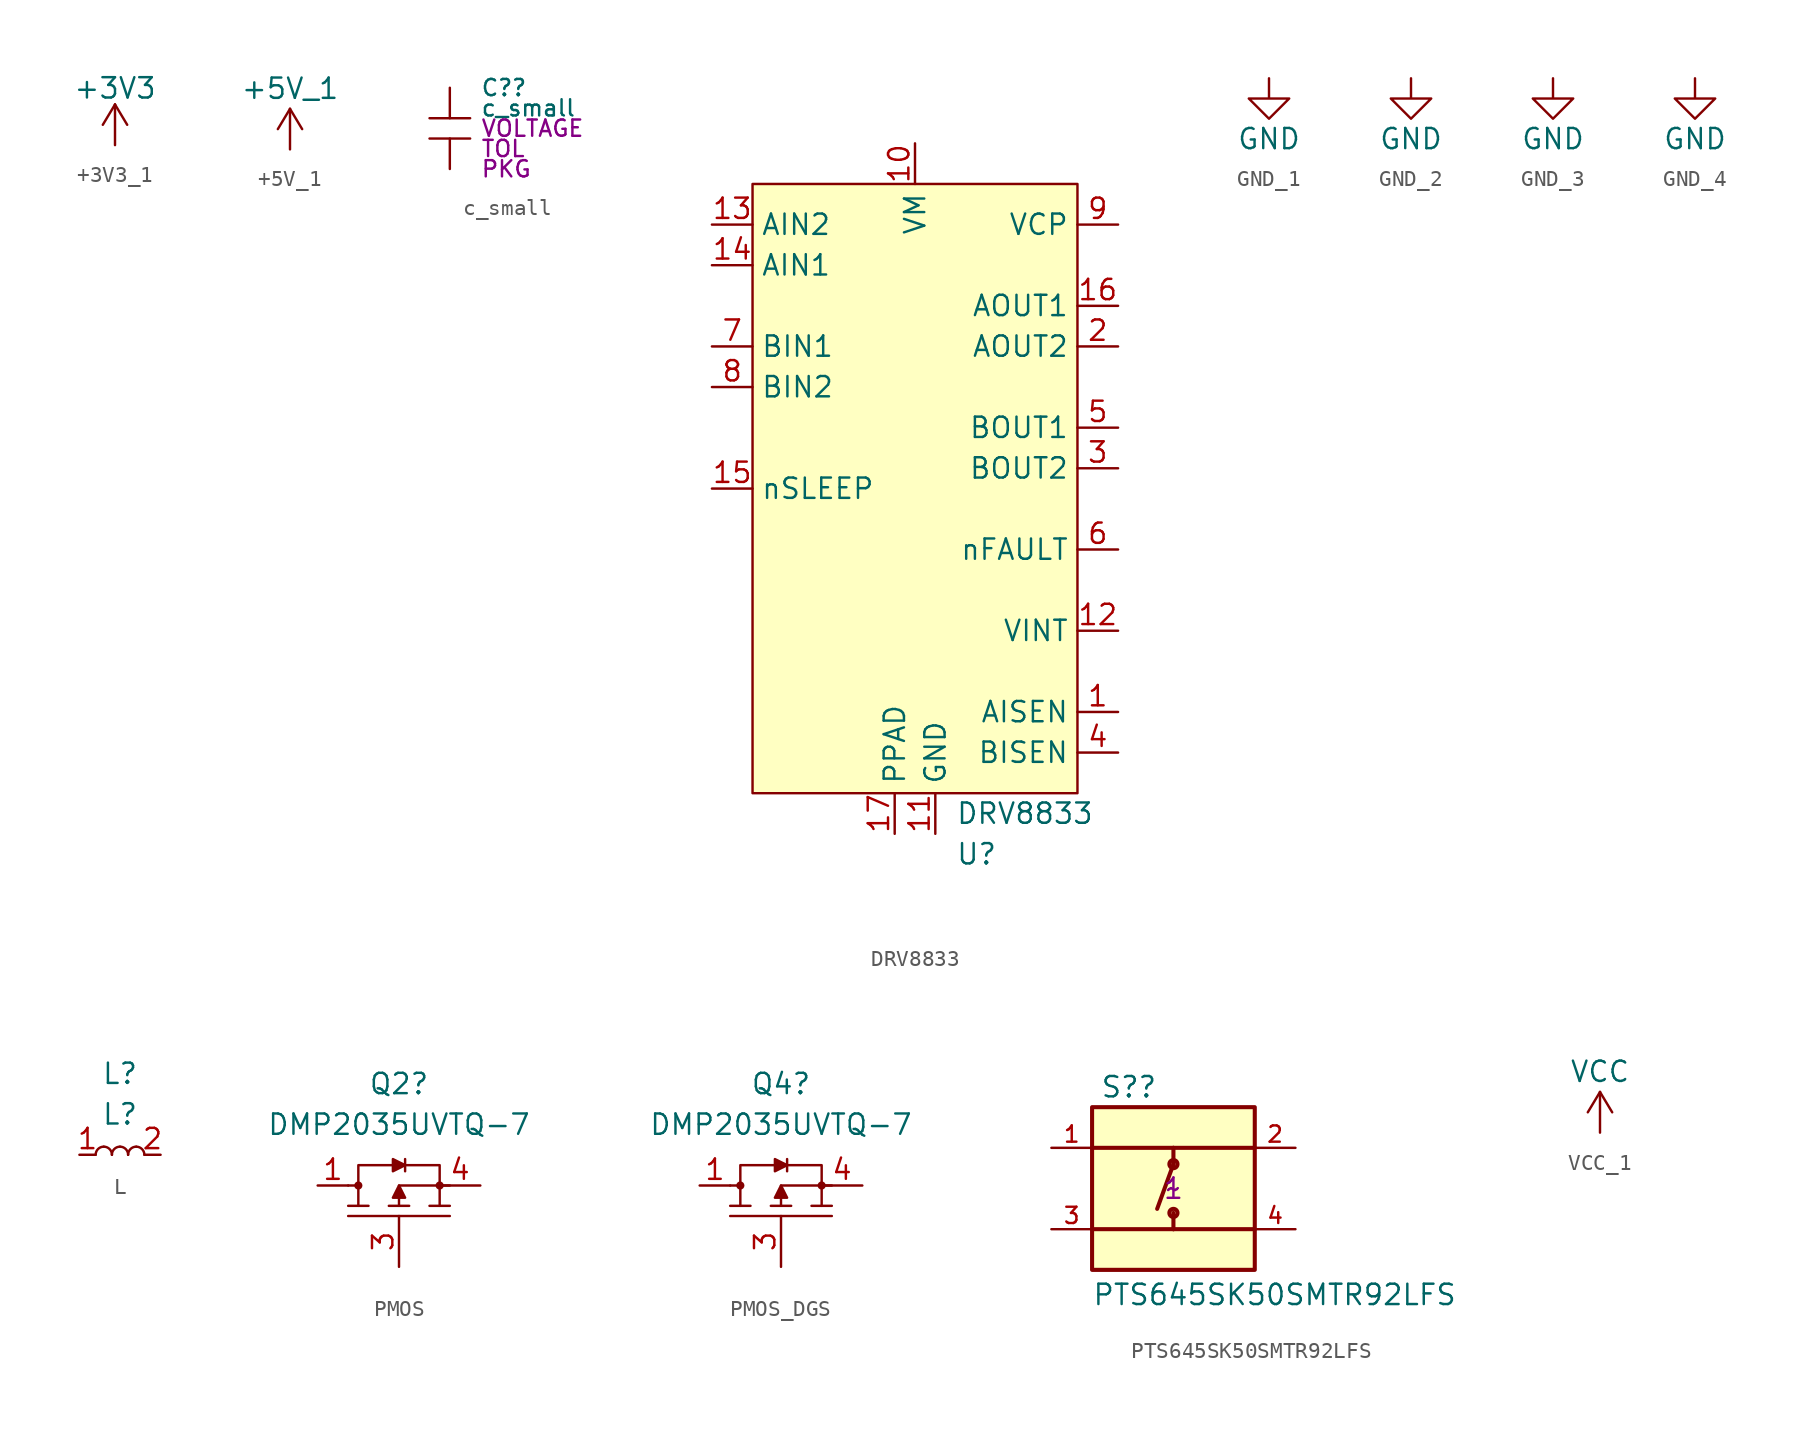
<source format=kicad_sym>
(kicad_symbol_lib
  (version 20220914)
  (generator kicad_symbol_editor)
  (symbol "+3V3_1"
    (power)
    (pin_names
      (offset 0))
    (property "Reference" "#PWR"
      (at 0 -3.81 0)
      (effects (font (size 1.27 1.27)) hide))
    (property "Value" "+3V3"
      (at 0 3.556 0)
      (effects (font (size 1.27 1.27))))
    (symbol "+3V3_1_0_1"
      (polyline (pts (xy -0.762 1.27) (xy 0 2.54)) (stroke (width 0) (type default)) (fill (type none)))
      (polyline (pts (xy 0 0) (xy 0 2.54)) (stroke (width 0) (type default)) (fill (type none)))
      (polyline (pts (xy 0 2.54) (xy 0.762 1.27)) (stroke (width 0) (type default)) (fill (type none))))
    (symbol "+3V3_1_1_1"
      (pin power_in line (at 0 0 90) (length 0) hide (name "+3V3" (effects (font (size 1.27 1.27)))) (number "1" (effects (font (size 1.27 1.27)))))))
  (symbol "+5V_1"
    (power)
    (pin_names
      (offset 0))
    (property "Reference" "#PWR07"
      (at 0 -3.81 0)
      (effects (font (size 1.27 1.27)) hide))
    (property "Value" "+5V_1"
      (at 0 3.81 0)
      (effects (font (size 1.27 1.27))))
    (symbol "+5V_1_0_1"
      (polyline (pts (xy -0.762 1.27) (xy 0 2.54)) (stroke (width 0) (type default)) (fill (type none)))
      (polyline (pts (xy 0 0) (xy 0 2.54)) (stroke (width 0) (type default)) (fill (type none)))
      (polyline (pts (xy 0 2.54) (xy 0.762 1.27)) (stroke (width 0) (type default)) (fill (type none))))
    (symbol "+5V_1_1_1"
      (pin power_in line (at 0 0 90) (length 0) hide (name "+5V_B" (effects (font (size 1.27 1.27)))) (number "1" (effects (font (size 1.27 1.27)))))))
  (symbol "c_small"
    (property "Reference" "C?"
      (at 1.905 2.54 0)
      (do_not_autoplace)
      (effects (font (size 1.016 1.016)) (justify left)))
    (property "Value" "c_small"
      (at 1.905 1.27 0)
      (do_not_autoplace)
      (effects (font (size 1.016 1.016)) (justify left)))
    (property "Tolerance" "TOL"
      (at 1.905 -1.27 0)
      (do_not_autoplace)
      (effects (font (size 1.016 1.016)) (justify left)))
    (property "Voltage Rating" "VOLTAGE"
      (at 1.905 0 0)
      (do_not_autoplace)
      (effects (font (size 1.016 1.016)) (justify left)))
    (property "Package" "PKG"
      (at 1.905 -2.54 0)
      (do_not_autoplace)
      (effects (font (size 1.016 1.016)) (justify left)))
    (symbol "c_small_0_1"
      (polyline (pts (xy -1.27 -0.635) (xy 1.27 -0.635)) (stroke (width 0) (type default)) (fill (type none)))
      (polyline (pts (xy -1.27 0.635) (xy 1.27 0.635)) (stroke (width 0) (type default)) (fill (type none))))
    (symbol "c_small_1_1"
      (pin passive line (at 0 2.54 270) (length 1.905) (name "" (effects (font (size 0 0)))) (number "1" (effects (font (size 0 0)))))
      (pin passive line (at 0 -2.54 90) (length 1.905) (name "" (effects (font (size 0 0)))) (number "2" (effects (font (size 0 0)))))))
  (symbol "DRV8833"
    (property "Reference" "U"
      (at 2.54 -22.86 0)
      (effects (font (size 1.27 1.27)) (justify left)))
    (property "Value" "DRV8833"
      (at 2.54 -20.32 0)
      (effects (font (size 1.27 1.27)) (justify left)))
    (symbol "DRV8833_0_0"
      (pin bidirectional line (at 12.7 -13.97 180) (length 2.54) (name "AISEN" (effects (font (size 1.27 1.27)))) (number "1" (effects (font (size 1.27 1.27)))))
      (pin power_in line (at 0 21.59 270) (length 2.54) (name "VM" (effects (font (size 1.27 1.27)))) (number "10" (effects (font (size 1.27 1.27)))))
      (pin passive line (at 1.27 -21.59 90) (length 2.54) (name "GND" (effects (font (size 1.27 1.27)))) (number "11" (effects (font (size 1.27 1.27)))))
      (pin power_in line (at 12.7 -8.89 180) (length 2.54) (name "VINT" (effects (font (size 1.27 1.27)))) (number "12" (effects (font (size 1.27 1.27)))))
      (pin input line (at -12.7 16.51 0) (length 2.54) (name "AIN2" (effects (font (size 1.27 1.27)))) (number "13" (effects (font (size 1.27 1.27)))))
      (pin input line (at -12.7 13.97 0) (length 2.54) (name "AIN1" (effects (font (size 1.27 1.27)))) (number "14" (effects (font (size 1.27 1.27)))))
      (pin input line (at -12.7 0 0) (length 2.54) (name "nSLEEP" (effects (font (size 1.27 1.27)))) (number "15" (effects (font (size 1.27 1.27)))))
      (pin output line (at 12.7 11.43 180) (length 2.54) (name "AOUT1" (effects (font (size 1.27 1.27)))) (number "16" (effects (font (size 1.27 1.27)))))
      (pin passive line (at -1.27 -21.59 90) (length 2.54) (name "PPAD" (effects (font (size 1.27 1.27)))) (number "17" (effects (font (size 1.27 1.27)))))
      (pin output line (at 12.7 8.89 180) (length 2.54) (name "AOUT2" (effects (font (size 1.27 1.27)))) (number "2" (effects (font (size 1.27 1.27)))))
      (pin output line (at 12.7 1.27 180) (length 2.54) (name "BOUT2" (effects (font (size 1.27 1.27)))) (number "3" (effects (font (size 1.27 1.27)))))
      (pin bidirectional line (at 12.7 -16.51 180) (length 2.54) (name "BISEN" (effects (font (size 1.27 1.27)))) (number "4" (effects (font (size 1.27 1.27)))))
      (pin output line (at 12.7 3.81 180) (length 2.54) (name "BOUT1" (effects (font (size 1.27 1.27)))) (number "5" (effects (font (size 1.27 1.27)))))
      (pin open_collector line (at 12.7 -3.81 180) (length 2.54) (name "nFAULT" (effects (font (size 1.27 1.27)))) (number "6" (effects (font (size 1.27 1.27)))))
      (pin input line (at -12.7 8.89 0) (length 2.54) (name "BIN1" (effects (font (size 1.27 1.27)))) (number "7" (effects (font (size 1.27 1.27)))))
      (pin input line (at -12.7 6.35 0) (length 2.54) (name "BIN2" (effects (font (size 1.27 1.27)))) (number "8" (effects (font (size 1.27 1.27)))))
      (pin bidirectional line (at 12.7 16.51 180) (length 2.54) (name "VCP" (effects (font (size 1.27 1.27)))) (number "9" (effects (font (size 1.27 1.27))))))
    (symbol "DRV8833_1_1"
      (rectangle (start -10.16 19.05) (end 10.16 -19.05) (stroke (width 0) (type default)) (fill (type background)))))
  (symbol "GND_1"
    (power)
    (pin_names
      (offset 0))
    (property "Reference" "#PWR"
      (at 0 -6.35 0)
      (effects (font (size 1.27 1.27)) hide))
    (property "Value" "GND"
      (at 0 -3.81 0)
      (effects (font (size 1.27 1.27))))
    (symbol "GND_1_0_1"
      (polyline (pts (xy 0 0) (xy 0 -1.27) (xy 1.27 -1.27) (xy 0 -2.54) (xy -1.27 -1.27) (xy 0 -1.27)) (stroke (width 0) (type default)) (fill (type none))))
    (symbol "GND_1_1_1"
      (pin power_in line (at 0 0 270) (length 0) hide (name "GND" (effects (font (size 1.27 1.27)))) (number "1" (effects (font (size 1.27 1.27)))))))
  (symbol "GND_2"
    (power)
    (pin_names
      (offset 0))
    (property "Reference" "#PWR"
      (at 0 -6.35 0)
      (effects (font (size 1.27 1.27)) hide))
    (property "Value" "GND"
      (at 0 -3.81 0)
      (effects (font (size 1.27 1.27))))
    (symbol "GND_2_0_1"
      (polyline (pts (xy 0 0) (xy 0 -1.27) (xy 1.27 -1.27) (xy 0 -2.54) (xy -1.27 -1.27) (xy 0 -1.27)) (stroke (width 0) (type default)) (fill (type none))))
    (symbol "GND_2_1_1"
      (pin power_in line (at 0 0 270) (length 0) hide (name "GND" (effects (font (size 1.27 1.27)))) (number "1" (effects (font (size 1.27 1.27)))))))
  (symbol "GND_3"
    (power)
    (pin_names
      (offset 0))
    (property "Reference" "#PWR"
      (at 0 -6.35 0)
      (effects (font (size 1.27 1.27)) hide))
    (property "Value" "GND"
      (at 0 -3.81 0)
      (effects (font (size 1.27 1.27))))
    (symbol "GND_3_0_1"
      (polyline (pts (xy 0 0) (xy 0 -1.27) (xy 1.27 -1.27) (xy 0 -2.54) (xy -1.27 -1.27) (xy 0 -1.27)) (stroke (width 0) (type default)) (fill (type none))))
    (symbol "GND_3_1_1"
      (pin power_in line (at 0 0 270) (length 0) hide (name "GND" (effects (font (size 1.27 1.27)))) (number "1" (effects (font (size 1.27 1.27)))))))
  (symbol "GND_4"
    (power)
    (pin_names
      (offset 0))
    (property "Reference" "#PWR"
      (at 0 -6.35 0)
      (effects (font (size 1.27 1.27)) hide))
    (property "Value" "GND"
      (at 0 -3.81 0)
      (effects (font (size 1.27 1.27))))
    (symbol "GND_4_0_1"
      (polyline (pts (xy 0 0) (xy 0 -1.27) (xy 1.27 -1.27) (xy 0 -2.54) (xy -1.27 -1.27) (xy 0 -1.27)) (stroke (width 0) (type default)) (fill (type none))))
    (symbol "GND_4_1_1"
      (pin power_in line (at 0 0 270) (length 0) hide (name "GND" (effects (font (size 1.27 1.27)))) (number "1" (effects (font (size 1.27 1.27)))))))
  (symbol "L"
    (property "Reference" "L"
      (at 0 5.08 0)
      (effects (font (size 1.27 1.27))))
    (property "Value" "L?"
      (at 0 2.54 0)
      (effects (font (size 1.27 1.27))))
    (symbol "L_0_1"
      (arc (start -1.016 0.508) (mid -1.3752 0.3592) (end -1.524 0) (stroke (width 0) (type default)) (fill (type none)))
      (arc (start -0.508 0) (mid -0.6568 0.3592) (end -1.016 0.508) (stroke (width 0) (type default)) (fill (type none)))
      (arc (start 0 0.508) (mid -0.3592 0.3592) (end -0.508 0) (stroke (width 0) (type default)) (fill (type none)))
      (arc (start 0.508 0) (mid 0.3592 0.3592) (end 0 0.508) (stroke (width 0) (type default)) (fill (type none)))
      (arc (start 1.016 0.508) (mid 0.6568 0.3592) (end 0.508 0) (stroke (width 0) (type default)) (fill (type none)))
      (arc (start 1.524 0) (mid 1.3752 0.3592) (end 1.016 0.508) (stroke (width 0) (type default)) (fill (type none))))
    (symbol "L_1_0"
      (pin passive line (at -2.54 0 0) (length 1.016) (name "" (effects (font (size 1.27 1.27)))) (number "1" (effects (font (size 1.27 1.27)))))
      (pin passive line (at 2.54 0 180) (length 1.016) (name "" (effects (font (size 1.27 1.27)))) (number "2" (effects (font (size 1.27 1.27)))))))
  (symbol "PMOS"
    (property "Reference" "Q2"
      (at 0 6.35 0)
      (effects (font (size 1.27 1.27))))
    (property "Value" "DMP2035UVTQ-7"
      (at 0 3.81 0)
      (effects (font (size 1.27 1.27))))
    (symbol "PMOS_0_1"
      (polyline (pts (xy -3.175 -1.27) (xy -1.905 -1.27)) (stroke (width 0) (type default)) (fill (type none)))
      (polyline (pts (xy -0.635 -1.27) (xy 0.635 -1.27)) (stroke (width 0) (type default)) (fill (type none)))
      (polyline (pts (xy 0 -0.635) (xy 0 -1.27)) (stroke (width 0) (type default)) (fill (type none)))
      (polyline (pts (xy 1.905 -1.27) (xy 3.175 -1.27)) (stroke (width 0) (type default)) (fill (type none)))
      (polyline (pts (xy -2.54 -1.27) (xy -2.54 0) (xy -3.175 0)) (stroke (width 0) (type default)) (fill (type none)))
      (polyline (pts (xy 2.54 -1.27) (xy 2.54 0) (xy 3.175 0)) (stroke (width 0) (type default)) (fill (type none))))
    (symbol "PMOS_1_0"
      (pin passive line (at -5.08 0 0) (length 1.905) (name "" (effects (font (size 1.27 1.27)))) (number "1" (effects (font (size 1.27 1.27)))))
      (pin passive line (at -5.08 0 0) (length 1.905) hide (name "" (effects (font (size 1.27 1.27)))) (number "2" (effects (font (size 1.27 1.27)))))
      (pin passive line (at 0 -5.08 90) (length 3.175) (name "" (effects (font (size 1.27 1.27)))) (number "3" (effects (font (size 1.27 1.27)))))
      (pin passive line (at 5.08 0 180) (length 2.54) (name "" (effects (font (size 1.27 1.27)))) (number "4" (effects (font (size 1.27 1.27)))))
      (pin passive line (at -5.08 0 0) (length 2.54) hide (name "" (effects (font (size 1.27 1.27)))) (number "5" (effects (font (size 1.27 1.27)))))
      (pin passive line (at -5.08 0 0) (length 2.54) hide (name "" (effects (font (size 1.27 1.27)))) (number "6" (effects (font (size 1.27 1.27))))))
    (symbol "PMOS_1_1"
      (circle (center -2.54 0) (radius 0.18) (stroke (width 0) (type default)) (fill (type outline)))
      (polyline (pts (xy -3.175 -1.905) (xy 3.175 -1.905)) (stroke (width 0) (type default)) (fill (type none)))
      (polyline (pts (xy 0 0) (xy 2.54 0)) (stroke (width 0) (type default)) (fill (type none)))
      (polyline (pts (xy 0.381 1.651) (xy 0.381 0.889)) (stroke (width 0) (type default)) (fill (type none)))
      (polyline (pts (xy -2.54 0) (xy -2.54 1.27) (xy -0.381 1.27)) (stroke (width 0) (type default)) (fill (type none)))
      (polyline (pts (xy 0.381 1.27) (xy 2.54 1.27) (xy 2.54 0)) (stroke (width 0) (type default)) (fill (type none)))
      (polyline (pts (xy 0 0) (xy -0.381 -0.762) (xy 0.381 -0.762) (xy 0 0)) (stroke (width 0) (type default)) (fill (type outline)))
      (polyline (pts (xy 0.381 1.27) (xy -0.381 1.651) (xy -0.381 0.889) (xy 0.381 1.27)) (stroke (width 0) (type default)) (fill (type outline)))
      (circle (center 2.54 0) (radius 0.18) (stroke (width 0) (type default)) (fill (type outline)))))
  (symbol "PMOS_DGS"
    (property "Reference" "Q4"
      (at 0 6.35 0)
      (effects (font (size 1.27 1.27))))
    (property "Value" "DMP2035UVTQ-7"
      (at 0 3.81 0)
      (effects (font (size 1.27 1.27))))
    (symbol "PMOS_DGS_0_1"
      (polyline (pts (xy -3.175 -1.27) (xy -1.905 -1.27)) (stroke (width 0) (type default)) (fill (type none)))
      (polyline (pts (xy -0.635 -1.27) (xy 0.635 -1.27)) (stroke (width 0) (type default)) (fill (type none)))
      (polyline (pts (xy 0 -0.635) (xy 0 -1.27)) (stroke (width 0) (type default)) (fill (type none)))
      (polyline (pts (xy 1.905 -1.27) (xy 3.175 -1.27)) (stroke (width 0) (type default)) (fill (type none)))
      (polyline (pts (xy -2.54 -1.27) (xy -2.54 0) (xy -3.175 0)) (stroke (width 0) (type default)) (fill (type none)))
      (polyline (pts (xy 2.54 -1.27) (xy 2.54 0) (xy 3.175 0)) (stroke (width 0) (type default)) (fill (type none))))
    (symbol "PMOS_DGS_1_0"
      (pin passive line (at -5.08 0 0) (length 1.905) (name "" (effects (font (size 1.27 1.27)))) (number "1" (effects (font (size 1.27 1.27)))))
      (pin passive line (at -5.08 0 0) (length 3.175) hide (name "" (effects (font (size 1.27 1.27)))) (number "2" (effects (font (size 1.27 1.27)))))
      (pin passive line (at 0 -5.08 90) (length 3.175) (name "" (effects (font (size 1.27 1.27)))) (number "3" (effects (font (size 1.27 1.27)))))
      (pin passive line (at 5.08 0 180) (length 2.54) (name "" (effects (font (size 1.27 1.27)))) (number "4" (effects (font (size 1.27 1.27)))))
      (pin passive line (at -5.08 0 0) (length 2.54) hide (name "" (effects (font (size 1.27 1.27)))) (number "5" (effects (font (size 1.27 1.27)))))
      (pin passive line (at -5.08 0 0) (length 2.54) hide (name "" (effects (font (size 1.27 1.27)))) (number "6" (effects (font (size 1.27 1.27))))))
    (symbol "PMOS_DGS_1_1"
      (circle (center -2.54 0) (radius 0.18) (stroke (width 0) (type default)) (fill (type outline)))
      (polyline (pts (xy -3.175 -1.905) (xy 3.175 -1.905)) (stroke (width 0) (type default)) (fill (type none)))
      (polyline (pts (xy 0 0) (xy 2.54 0)) (stroke (width 0) (type default)) (fill (type none)))
      (polyline (pts (xy 0.381 1.651) (xy 0.381 0.889)) (stroke (width 0) (type default)) (fill (type none)))
      (polyline (pts (xy -2.54 0) (xy -2.54 1.27) (xy -0.381 1.27)) (stroke (width 0) (type default)) (fill (type none)))
      (polyline (pts (xy 0.381 1.27) (xy 2.54 1.27) (xy 2.54 0)) (stroke (width 0) (type default)) (fill (type none)))
      (polyline (pts (xy 0 0) (xy -0.381 -0.762) (xy 0.381 -0.762) (xy 0 0)) (stroke (width 0) (type default)) (fill (type outline)))
      (polyline (pts (xy 0.381 1.27) (xy -0.381 1.651) (xy -0.381 0.889) (xy 0.381 1.27)) (stroke (width 0) (type default)) (fill (type outline)))
      (circle (center 2.54 0) (radius 0.18) (stroke (width 0) (type default)) (fill (type outline)))))
  (symbol "PTS645SK50SMTR92LFS"
    (pin_names
      (offset 1.016))
    (property "Reference" "S?"
      (at -4.577 5.594 0)
      (effects (font (size 1.27 1.27)) (justify left bottom)))
    (property "Value" "PTS645SK50SMTR92LFS"
      (at -5.088 -7.377 0)
      (effects (font (size 1.27 1.27)) (justify left bottom)))
    (property "mpn" "~"
      (at 0 0 0)
      (effects (font (size 1.27 1.27))))
    (property "populate" "1"
      (at 0 0 0)
      (effects (font (size 1.27 1.27))))
    (symbol "PTS645SK50SMTR92LFS_0_0"
      (rectangle (start -5.08 -5.08) (end 5.08 5.08) (stroke (width 0.254) (type default)) (fill (type background)))
      (circle (center 0 -1.524) (radius 0.254) (stroke (width 0.254) (type default)) (fill (type none)))
      (polyline (pts (xy -5.08 2.54) (xy 0 2.54)) (stroke (width 0.254) (type default)) (fill (type none)))
      (polyline (pts (xy 0 -2.54) (xy -5.08 -2.54)) (stroke (width 0.254) (type default)) (fill (type none)))
      (polyline (pts (xy 0 -2.54) (xy 0 -1.524)) (stroke (width 0.254) (type default)) (fill (type none)))
      (polyline (pts (xy 0 1.524) (xy -1.016 -1.27)) (stroke (width 0.254) (type default)) (fill (type none)))
      (polyline (pts (xy 0 1.524) (xy 0 2.54)) (stroke (width 0.254) (type default)) (fill (type none)))
      (polyline (pts (xy 0 2.54) (xy 5.08 2.54)) (stroke (width 0.254) (type default)) (fill (type none)))
      (polyline (pts (xy 5.08 -2.54) (xy 0 -2.54)) (stroke (width 0.254) (type default)) (fill (type none)))
      (circle (center 0 1.524) (radius 0.254) (stroke (width 0.254) (type default)) (fill (type none)))
      (pin passive line (at -7.62 2.54 0) (length 2.54) (name "~" (effects (font (size 1.016 1.016)))) (number "1" (effects (font (size 1.016 1.016)))))
      (pin passive line (at 7.62 2.54 180) (length 2.54) (name "~" (effects (font (size 1.016 1.016)))) (number "2" (effects (font (size 1.016 1.016)))))
      (pin passive line (at -7.62 -2.54 0) (length 2.54) (name "~" (effects (font (size 1.016 1.016)))) (number "3" (effects (font (size 1.016 1.016)))))
      (pin passive line (at 7.62 -2.54 180) (length 2.54) (name "~" (effects (font (size 1.016 1.016)))) (number "4" (effects (font (size 1.016 1.016)))))))
  (symbol "VCC_1"
    (power)
    (pin_names
      (offset 0))
    (property "Reference" "#PWR"
      (at 0 -3.81 0)
      (effects (font (size 1.27 1.27)) hide))
    (property "Value" "VCC"
      (at 0 3.81 0)
      (effects (font (size 1.27 1.27))))
    (symbol "VCC_1_0_1"
      (polyline (pts (xy -0.762 1.27) (xy 0 2.54)) (stroke (width 0) (type default)) (fill (type none)))
      (polyline (pts (xy 0 0) (xy 0 2.54)) (stroke (width 0) (type default)) (fill (type none)))
      (polyline (pts (xy 0 2.54) (xy 0.762 1.27)) (stroke (width 0) (type default)) (fill (type none))))
    (symbol "VCC_1_1_1"
      (pin power_in line (at 0 0 90) (length 0) hide (name "VCC" (effects (font (size 1.27 1.27)))) (number "1" (effects (font (size 1.27 1.27))))))))
</source>
